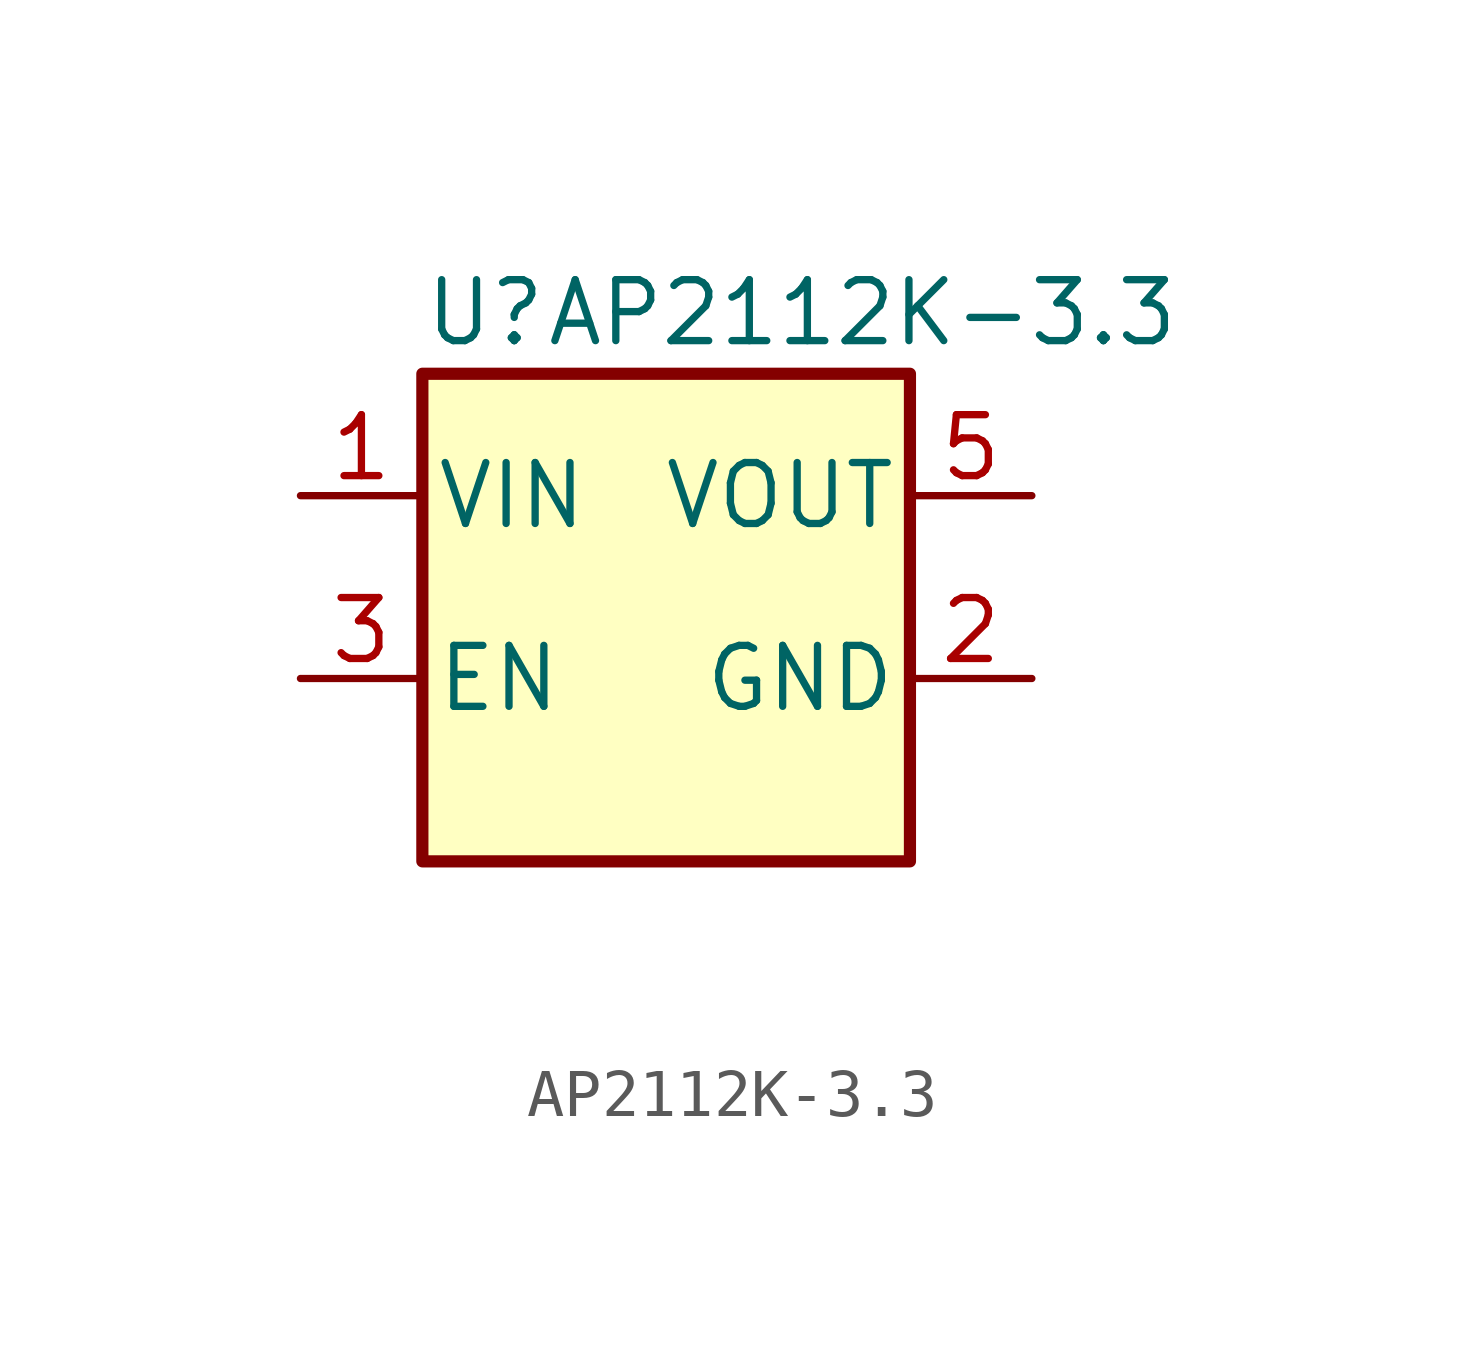
<source format=kicad_sym>
(kicad_symbol_lib
  (version 20220914)
  (generator kicad_symbol_editor)
  (symbol "AP2112K-3.3"
    (pin_names
      (offset 0.254))
    (property "Reference" "U"
      (at -5.08 6.35 0)
      (effects (font (size 1.27 1.27)) (justify left)))
    (property "Value" "AP2112K-3.3"
      (at -2.54 6.35 0)
      (effects (font (size 1.27 1.27)) (justify left)))
    (symbol "AP2112K-3.3_0_1"
      (rectangle (start -5.08 5.08) (end 5.08 -5.08) (stroke (width 0.254) (type default)) (fill (type background))))
    (symbol "AP2112K-3.3_1_1"
      (pin power_in line (at -7.62 2.54 0) (length 2.54) (name "VIN" (effects (font (size 1.27 1.27)))) (number "1" (effects (font (size 1.27 1.27)))))
      (pin power_in line (at 7.62 -1.27 180) (length 2.54) (name "GND" (effects (font (size 1.27 1.27)))) (number "2" (effects (font (size 1.27 1.27)))))
      (pin input line (at -7.62 -1.27 0) (length 2.54) (name "EN" (effects (font (size 1.27 1.27)))) (number "3" (effects (font (size 1.27 1.27)))))
      (pin no_connect line (at 0 -7.62 90) (length 2.54) hide (name "NC" (effects (font (size 1.27 1.27)))) (number "4" (effects (font (size 1.27 1.27)))))
      (pin power_out line (at 7.62 2.54 180) (length 2.54) (name "VOUT" (effects (font (size 1.27 1.27)))) (number "5" (effects (font (size 1.27 1.27))))))))
</source>
